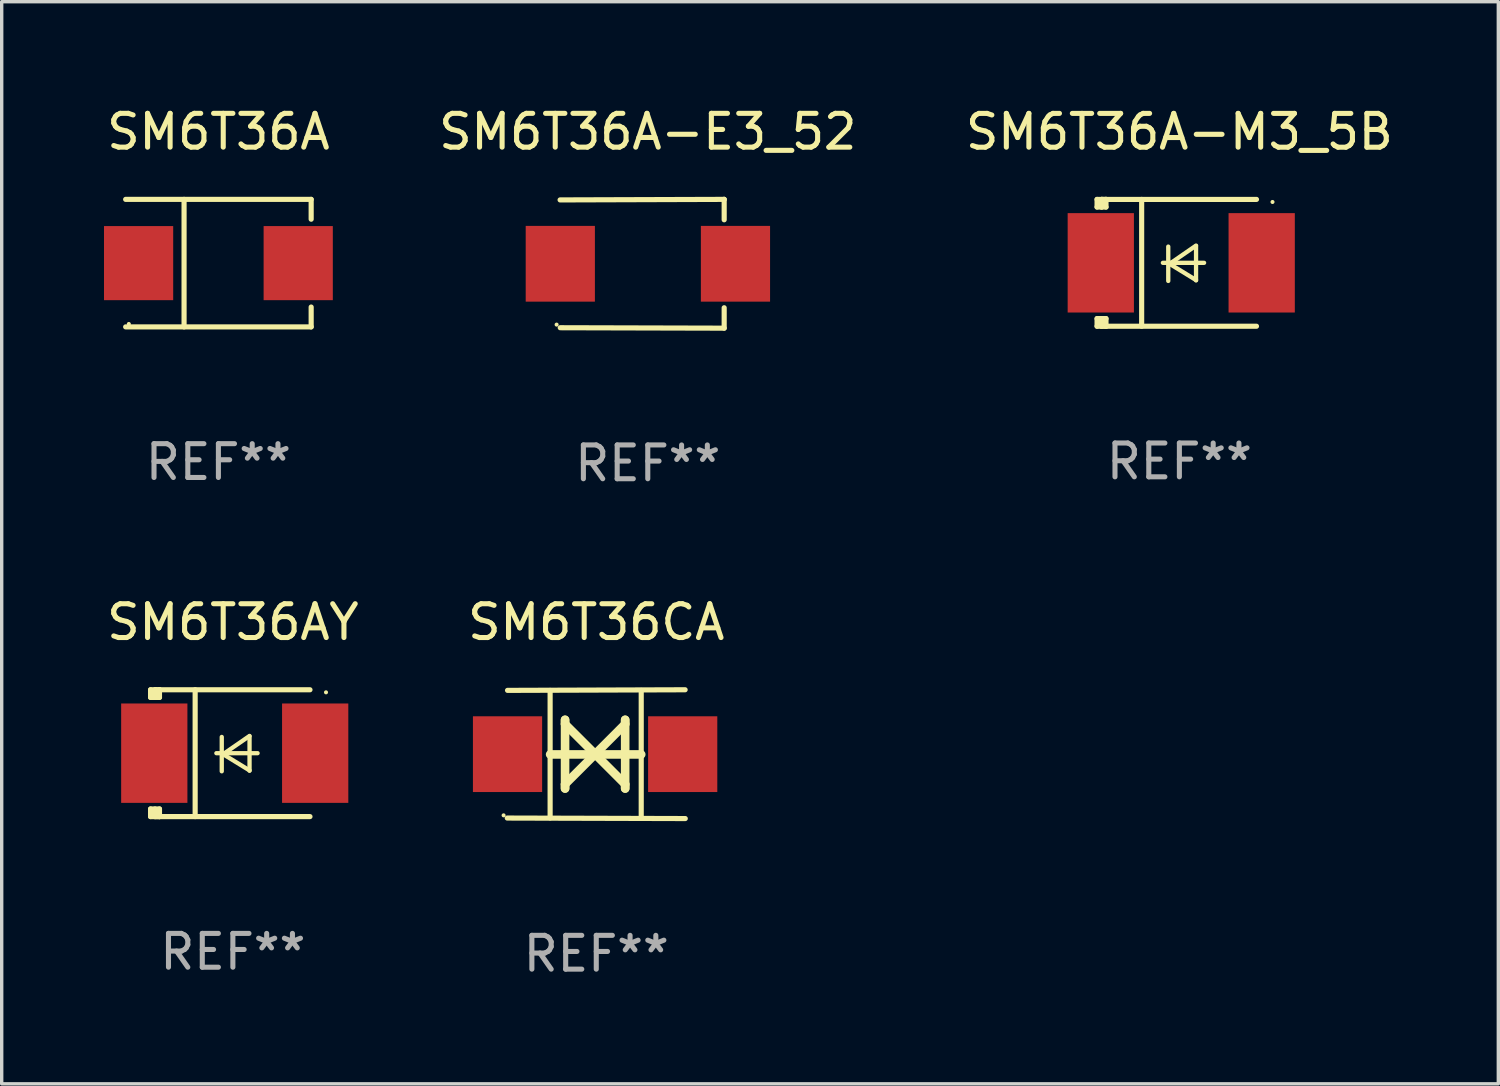
<source format=kicad_pcb>
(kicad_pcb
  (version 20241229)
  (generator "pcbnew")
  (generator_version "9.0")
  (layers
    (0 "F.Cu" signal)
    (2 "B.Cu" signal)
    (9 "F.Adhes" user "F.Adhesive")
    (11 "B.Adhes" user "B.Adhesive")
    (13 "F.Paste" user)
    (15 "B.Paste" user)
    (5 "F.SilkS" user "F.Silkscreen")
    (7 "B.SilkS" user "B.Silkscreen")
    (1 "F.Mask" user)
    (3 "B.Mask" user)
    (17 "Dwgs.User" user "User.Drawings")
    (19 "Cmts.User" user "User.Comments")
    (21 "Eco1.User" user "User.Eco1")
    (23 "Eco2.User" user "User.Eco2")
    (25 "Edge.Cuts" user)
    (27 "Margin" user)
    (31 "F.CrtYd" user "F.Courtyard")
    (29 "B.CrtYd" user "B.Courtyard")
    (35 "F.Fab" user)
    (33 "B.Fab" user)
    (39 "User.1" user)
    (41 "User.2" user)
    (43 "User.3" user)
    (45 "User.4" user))
  (footprint "SM6T36AY"
    (layer "F.Cu")
    (at 3.839 19.231)
    (property "Reference" "SM6T36AY" (at 0 -3.876 0) (layer "F.SilkS") (effects (font (size 1 1) (thickness 0.15))))
    (attr through_hole)
    (fp_line (start -2.435 1.65) (end -2.171 1.65) (stroke (width 0.152) (type solid)) (layer "F.SilkS"))
    (fp_line (start -2.435 1.876) (end -2.435 1.65) (stroke (width 0.152) (type solid)) (layer "F.SilkS"))
    (fp_line (start -2.435 -1.876) (end -2.171 -1.876) (stroke (width 0.152) (type solid)) (layer "F.SilkS"))
    (fp_line (start -2.435 -1.65) (end -2.435 -1.876) (stroke (width 0.152) (type solid)) (layer "F.SilkS"))
    (fp_line (start -2.305 -1.866) (end -2.295 -1.876) (stroke (width 0.152) (type solid)) (layer "F.SilkS"))
    (fp_line (start -2.305 -1.65) (end -2.305 -1.866) (stroke (width 0.152) (type solid)) (layer "F.SilkS"))
    (fp_line (start -2.305 1.876) (end -2.305 1.65) (stroke (width 0.152) (type solid)) (layer "F.SilkS"))
    (fp_line (start -2.295 -1.876) (end -2.295 -1.65) (stroke (width 0.152) (type solid)) (layer "F.SilkS"))
    (fp_line (start -2.171 1.876) (end -2.435 1.876) (stroke (width 0.152) (type solid)) (layer "F.SilkS"))
    (fp_line (start -2.171 -1.65) (end -2.435 -1.65) (stroke (width 0.152) (type solid)) (layer "F.SilkS"))
    (fp_line (start -2.171 -1.876) (end -2.295 -1.876) (stroke (width 0.152) (type solid)) (layer "F.SilkS"))
    (fp_line (start -2.171 -1.65) (end -2.171 -1.876) (stroke (width 0.152) (type solid)) (layer "F.SilkS"))
    (fp_line (start -2.171 1.876) (end -2.305 1.876) (stroke (width 0.152) (type solid)) (layer "F.SilkS"))
    (fp_line (start -2.171 1.876) (end -2.171 1.65) (stroke (width 0.152) (type solid)) (layer "F.SilkS"))
    (fp_line (start -1.116 1.876) (end -1.116 -1.876) (stroke (width 0.152) (type solid)) (layer "F.SilkS"))
    (fp_line (start -0.488 0.000102) (end 0.731 0.000102) (stroke (width 0.127) (type solid)) (layer "F.SilkS"))
    (fp_line (start -0.329 -0.48) (end -0.329 0.536) (stroke (width 0.127) (type solid)) (layer "F.SilkS"))
    (fp_line (start -0.29 0.03) (end 0.493 0.51) (stroke (width 0.127) (type solid)) (layer "F.SilkS"))
    (fp_line (start 0.493 -0.51) (end -0.29 0.03) (stroke (width 0.127) (type solid)) (layer "F.SilkS"))
    (fp_line (start 0.493 0.52) (end 0.493 -0.496) (stroke (width 0.127) (type solid)) (layer "F.SilkS"))
    (fp_line (start 2.281 -1.876) (end -2.171 -1.876) (stroke (width 0.152) (type solid)) (layer "F.SilkS"))
    (fp_line (start 2.281 1.876) (end -2.171 1.876) (stroke (width 0.152) (type solid)) (layer "F.SilkS"))
    (fp_circle (center 2.755 -1.8) (end 2.785 -1.8) (stroke (width 0.06) (type solid)) (fill no) (layer "F.SilkS"))
    (fp_text user "REF**" (at 0 5.876 0) (layer "F.Fab") (effects (font (size 1 1) (thickness 0.15))))
    (pad "1" smd rect (at 2.435 -0.000025 180) (size 1.96 2.94) (layers "F.Cu" "F.Mask" "F.Paste"))
    (pad "2" smd rect (at -2.325 -0.000025 180) (size 1.96 2.94) (layers "F.Cu" "F.Mask" "F.Paste")))
  (footprint "SM6T36A-M3_5B"
    (layer "F.Cu")
    (at 31.839 4.725)
    (property "Reference" "SM6T36A-M3_5B" (at 0 -3.876 0) (layer "F.SilkS") (effects (font (size 1 1) (thickness 0.15))))
    (attr through_hole)
    (fp_line (start -2.435 1.65) (end -2.171 1.65) (stroke (width 0.152) (type solid)) (layer "F.SilkS"))
    (fp_line (start -2.435 1.876) (end -2.435 1.65) (stroke (width 0.152) (type solid)) (layer "F.SilkS"))
    (fp_line (start -2.435 -1.876) (end -2.171 -1.876) (stroke (width 0.152) (type solid)) (layer "F.SilkS"))
    (fp_line (start -2.435 -1.65) (end -2.435 -1.876) (stroke (width 0.152) (type solid)) (layer "F.SilkS"))
    (fp_line (start -2.305 -1.866) (end -2.295 -1.876) (stroke (width 0.152) (type solid)) (layer "F.SilkS"))
    (fp_line (start -2.305 -1.65) (end -2.305 -1.866) (stroke (width 0.152) (type solid)) (layer "F.SilkS"))
    (fp_line (start -2.305 1.876) (end -2.305 1.65) (stroke (width 0.152) (type solid)) (layer "F.SilkS"))
    (fp_line (start -2.295 -1.876) (end -2.295 -1.65) (stroke (width 0.152) (type solid)) (layer "F.SilkS"))
    (fp_line (start -2.171 1.876) (end -2.435 1.876) (stroke (width 0.152) (type solid)) (layer "F.SilkS"))
    (fp_line (start -2.171 -1.65) (end -2.435 -1.65) (stroke (width 0.152) (type solid)) (layer "F.SilkS"))
    (fp_line (start -2.171 -1.876) (end -2.295 -1.876) (stroke (width 0.152) (type solid)) (layer "F.SilkS"))
    (fp_line (start -2.171 -1.65) (end -2.171 -1.876) (stroke (width 0.152) (type solid)) (layer "F.SilkS"))
    (fp_line (start -2.171 1.876) (end -2.305 1.876) (stroke (width 0.152) (type solid)) (layer "F.SilkS"))
    (fp_line (start -2.171 1.876) (end -2.171 1.65) (stroke (width 0.152) (type solid)) (layer "F.SilkS"))
    (fp_line (start -1.116 1.876) (end -1.116 -1.876) (stroke (width 0.152) (type solid)) (layer "F.SilkS"))
    (fp_line (start -0.488 0.000102) (end 0.731 0.000102) (stroke (width 0.127) (type solid)) (layer "F.SilkS"))
    (fp_line (start -0.329 -0.48) (end -0.329 0.536) (stroke (width 0.127) (type solid)) (layer "F.SilkS"))
    (fp_line (start -0.29 0.03) (end 0.493 0.51) (stroke (width 0.127) (type solid)) (layer "F.SilkS"))
    (fp_line (start 0.493 -0.51) (end -0.29 0.03) (stroke (width 0.127) (type solid)) (layer "F.SilkS"))
    (fp_line (start 0.493 0.52) (end 0.493 -0.496) (stroke (width 0.127) (type solid)) (layer "F.SilkS"))
    (fp_line (start 2.281 -1.876) (end -2.171 -1.876) (stroke (width 0.152) (type solid)) (layer "F.SilkS"))
    (fp_line (start 2.281 1.876) (end -2.171 1.876) (stroke (width 0.152) (type solid)) (layer "F.SilkS"))
    (fp_circle (center 2.755 -1.8) (end 2.785 -1.8) (stroke (width 0.06) (type solid)) (fill no) (layer "F.SilkS"))
    (fp_text user "REF**" (at 0 5.876 0) (layer "F.Fab") (effects (font (size 1 1) (thickness 0.15))))
    (pad "1" smd rect (at 2.435 -0.000025 180) (size 1.96 2.94) (layers "F.Cu" "F.Mask" "F.Paste"))
    (pad "2" smd rect (at -2.325 -0.000025 180) (size 1.96 2.94) (layers "F.Cu" "F.Mask" "F.Paste")))
  (footprint "SM6T36A-E3_52"
    (layer "F.Cu")
    (at 16.113 4.753)
    (property "Reference" "SM6T36A-E3_52" (at 0 -3.905 0) (layer "F.SilkS") (effects (font (size 1 1) (thickness 0.15))))
    (attr through_hole)
    (fp_line (start 2.256 -1.905) (end -2.594 -1.889) (stroke (width 0.152) (type solid)) (layer "F.SilkS"))
    (fp_line (start 2.256 -1.905) (end 2.26 -1.905) (stroke (width 0.152) (type solid)) (layer "F.SilkS"))
    (fp_line (start 2.26 -1.905) (end 2.26 -1.301) (stroke (width 0.152) (type solid)) (layer "F.SilkS"))
    (fp_line (start 2.26 1.301) (end 2.26 1.905) (stroke (width 0.152) (type solid)) (layer "F.SilkS"))
    (fp_line (start 2.26 1.905) (end -2.59 1.892) (stroke (width 0.152) (type solid)) (layer "F.SilkS"))
    (fp_circle (center -2.697 1.8) (end -2.667 1.8) (stroke (width 0.06) (type solid)) (fill no) (layer "F.SilkS"))
    (fp_text user "REF**" (at 0 5.905 0) (layer "F.Fab") (effects (font (size 1 1) (thickness 0.15))))
    (pad "1" smd rect (at -2.588 0) (size 2.047 2.241) (layers "F.Cu" "F.Mask" "F.Paste"))
    (pad "2" smd rect (at 2.594 0) (size 2.047 2.241) (layers "F.Cu" "F.Mask" "F.Paste")))
  (footprint "SM6T36CA"
    (layer "F.Cu")
    (at 14.589 19.26)
    (property "Reference" "SM6T36CA" (at 0 -3.905 0) (layer "F.SilkS") (effects (font (size 1 1) (thickness 0.15))))
    (attr through_hole)
    (fp_line (start -1.365 1.886) (end -1.365 -1.886) (stroke (width 0.152) (type solid)) (layer "F.SilkS"))
    (fp_line (start -1.365 0.008) (end 1.33 0.008) (stroke (width 0.254) (type solid)) (layer "F.SilkS"))
    (fp_line (start -0.923 -1.016) (end -0.923 1.016) (stroke (width 0.254) (type solid)) (layer "F.SilkS"))
    (fp_line (start -0.923 -0.889) (end -0.923 -1.016) (stroke (width 0.254) (type solid)) (layer "F.SilkS"))
    (fp_line (start -0.923 0.889) (end -0.034 0) (stroke (width 0.254) (type solid)) (layer "F.SilkS"))
    (fp_line (start -0.923 1.016) (end -0.923 0.889) (stroke (width 0.254) (type solid)) (layer "F.SilkS"))
    (fp_line (start -0.034 0) (end -0.923 -0.889) (stroke (width 0.254) (type solid)) (layer "F.SilkS"))
    (fp_line (start -0.034 0) (end 0.855 0.889) (stroke (width 0.254) (type solid)) (layer "F.SilkS"))
    (fp_line (start 0.855 -1.016) (end 0.855 -0.889) (stroke (width 0.254) (type solid)) (layer "F.SilkS"))
    (fp_line (start 0.855 -0.889) (end -0.034 0) (stroke (width 0.254) (type solid)) (layer "F.SilkS"))
    (fp_line (start 0.855 0.889) (end 0.855 1.016) (stroke (width 0.254) (type solid)) (layer "F.SilkS"))
    (fp_line (start 0.855 1.016) (end 0.855 -1.016) (stroke (width 0.254) (type solid)) (layer "F.SilkS"))
    (fp_line (start 1.33 1.886) (end 1.33 -1.886) (stroke (width 0.152) (type solid)) (layer "F.SilkS"))
    (fp_line (start 2.629 -1.905) (end -2.625 -1.887) (stroke (width 0.152) (type solid)) (layer "F.SilkS"))
    (fp_line (start 2.633 1.905) (end -2.633 1.89) (stroke (width 0.152) (type solid)) (layer "F.SilkS"))
    (fp_circle (center -2.741 1.81) (end -2.711 1.81) (stroke (width 0.06) (type solid)) (fill no) (layer "F.SilkS"))
    (fp_text user "REF**" (at 0 5.905 0) (layer "F.Fab") (effects (font (size 1 1) (thickness 0.15))))
    (pad "1" smd rect (at -2.625 0) (size 2.047 2.241) (layers "F.Cu" "F.Mask" "F.Paste"))
    (pad "2" smd rect (at 2.557 0) (size 2.047 2.241) (layers "F.Cu" "F.Mask" "F.Paste")))
  (footprint "SM6T36A"
    (layer "F.Cu")
    (at 3.411 4.734)
    (property "Reference" "SM6T36A" (at 0 -3.886 0) (layer "F.SilkS") (effects (font (size 1 1) (thickness 0.15))))
    (attr through_hole)
    (fp_line (start -2.744 -1.886) (end 2.744 -1.886) (stroke (width 0.152) (type solid)) (layer "F.SilkS"))
    (fp_line (start -2.744 1.886) (end 2.744 1.886) (stroke (width 0.152) (type solid)) (layer "F.SilkS"))
    (fp_line (start -1.016 -1.886) (end -1.016 1.886) (stroke (width 0.152) (type solid)) (layer "F.SilkS"))
    (fp_line (start 2.744 -1.886) (end 2.744 -1.299) (stroke (width 0.152) (type solid)) (layer "F.SilkS"))
    (fp_line (start 2.744 1.886) (end 2.744 1.299) (stroke (width 0.152) (type solid)) (layer "F.SilkS"))
    (fp_circle (center -2.65 1.8) (end -2.62 1.8) (stroke (width 0.06) (type solid)) (fill no) (layer "F.SilkS"))
    (fp_text user "REF**" (at 0 5.886 0) (layer "F.Fab") (effects (font (size 1 1) (thickness 0.15))))
    (pad "1" smd rect (at -2.361 0) (size 2.047 2.192) (layers "F.Cu" "F.Mask" "F.Paste"))
    (pad "2" smd rect (at 2.361 0) (size 2.047 2.192) (layers "F.Cu" "F.Mask" "F.Paste")))
  (gr_rect
    (start -3 -3)
    (end 41.274 29.013)
    (stroke (width 0.1) (type default))
    (fill no)
    (layer "Edge.Cuts")))
</source>
